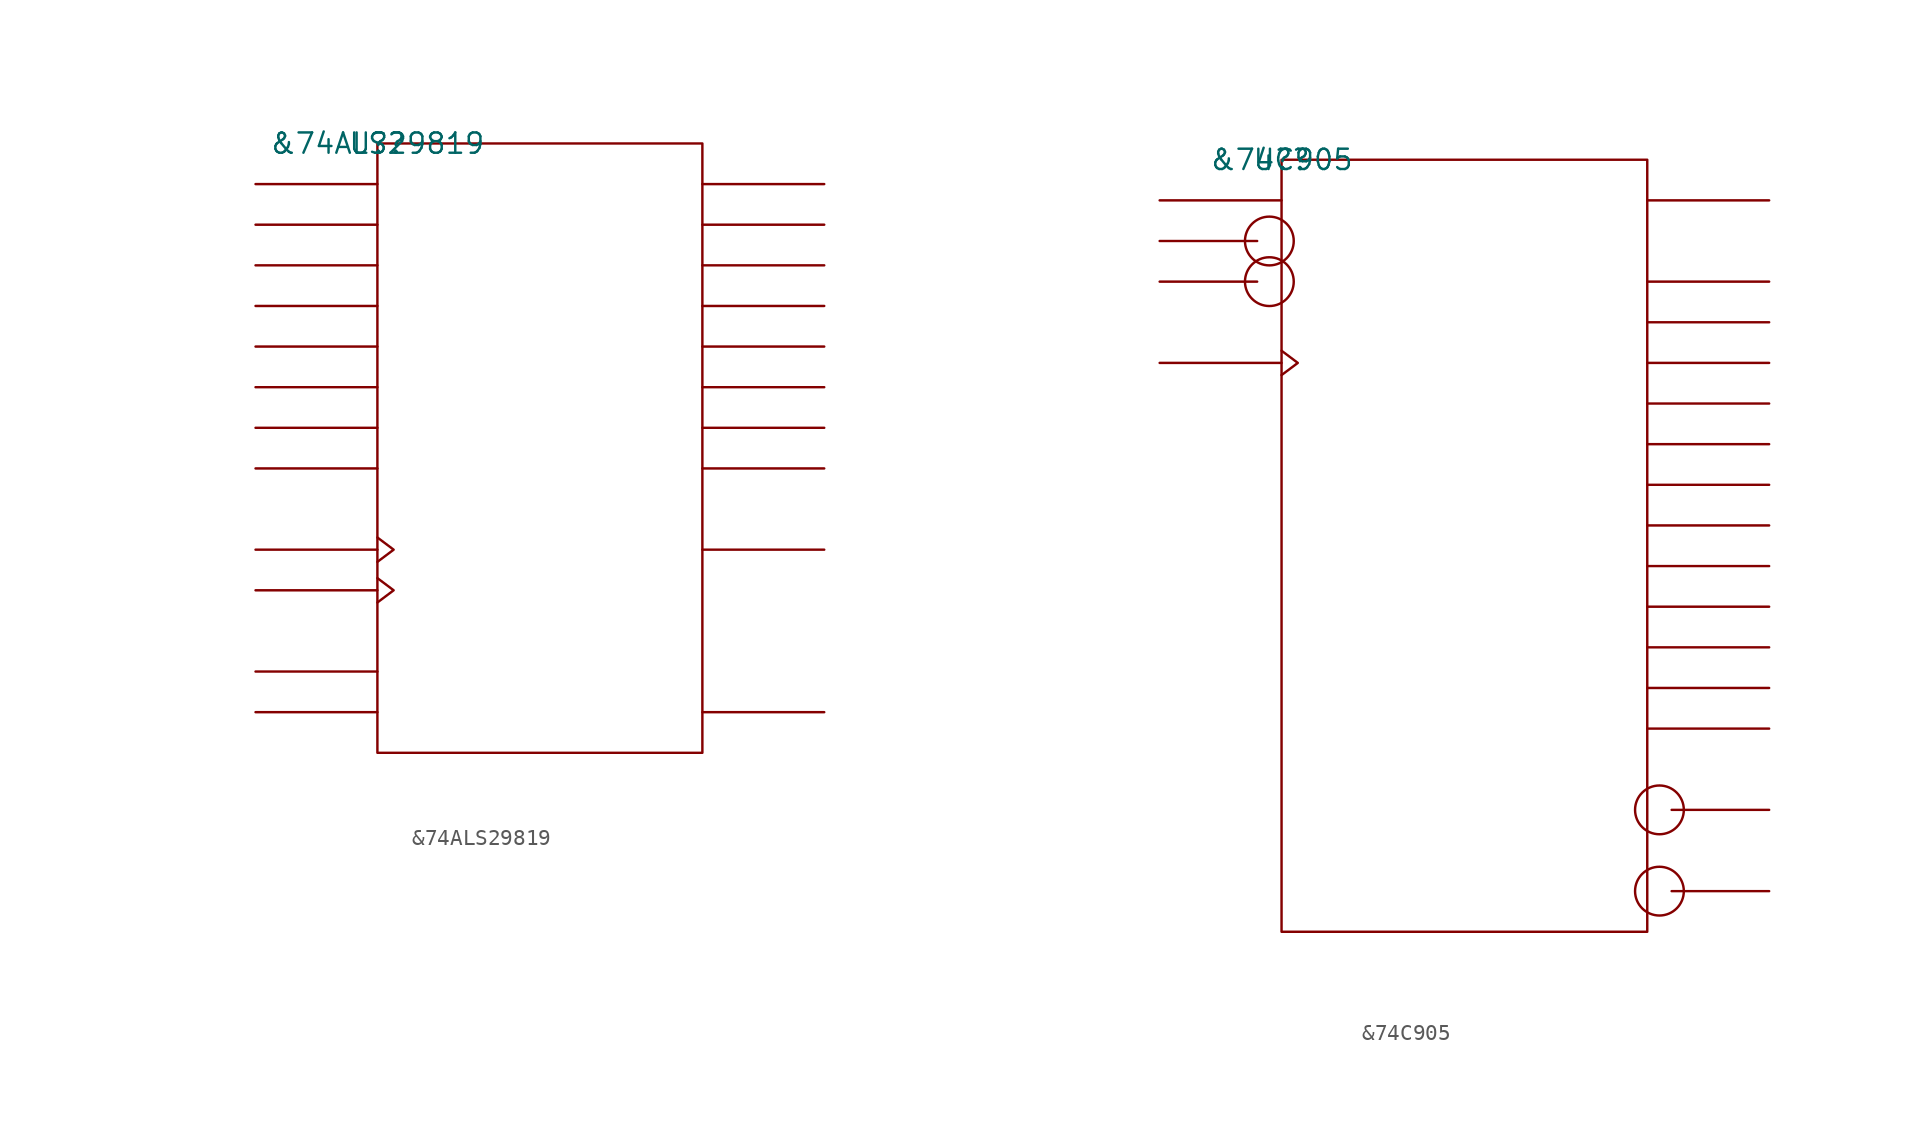
<source format=kicad_sym>
(kicad_symbol_lib
  (version 20211014)
  (generator kicad_symbol_editor)
  (symbol "&74ALS29819"
    (pin_names
      (offset 0.762))
    (property "Reference" "U?"
      (at 0 0 0)
      (effects (font (size 1.27 1.27))))
    (property "Value" "&74ALS29819"
      (at 0 0 0)
      (effects (font (size 1.27 1.27))))
    (symbol "&74ALS29819_0_1"
      (rectangle (start 0 -38.1) (end 20.32 0) (stroke (width 0) (type default) (color 0 0 0 0)) (fill (type none)))
      (polyline (pts (xy 0 -35.56) (xy -7.62 -35.56)) (stroke (width 0) (type default) (color 0 0 0 0)) (fill (type none)))
      (polyline (pts (xy 0 -33.02) (xy -7.62 -33.02)) (stroke (width 0) (type default) (color 0 0 0 0)) (fill (type none)))
      (polyline (pts (xy 0 -27.94) (xy -7.62 -27.94)) (stroke (width 0) (type default) (color 0 0 0 0)) (fill (type none)))
      (polyline (pts (xy 0 -25.4) (xy -7.62 -25.4)) (stroke (width 0) (type default) (color 0 0 0 0)) (fill (type none)))
      (polyline (pts (xy 0 -20.32) (xy -7.62 -20.32)) (stroke (width 0) (type default) (color 0 0 0 0)) (fill (type none)))
      (polyline (pts (xy 0 -17.78) (xy -7.62 -17.78)) (stroke (width 0) (type default) (color 0 0 0 0)) (fill (type none)))
      (polyline (pts (xy 0 -15.24) (xy -7.62 -15.24)) (stroke (width 0) (type default) (color 0 0 0 0)) (fill (type none)))
      (polyline (pts (xy 0 -12.7) (xy -7.62 -12.7)) (stroke (width 0) (type default) (color 0 0 0 0)) (fill (type none)))
      (polyline (pts (xy 0 -10.16) (xy -7.62 -10.16)) (stroke (width 0) (type default) (color 0 0 0 0)) (fill (type none)))
      (polyline (pts (xy 0 -7.62) (xy -7.62 -7.62)) (stroke (width 0) (type default) (color 0 0 0 0)) (fill (type none)))
      (polyline (pts (xy 0 -5.08) (xy -7.62 -5.08)) (stroke (width 0) (type default) (color 0 0 0 0)) (fill (type none)))
      (polyline (pts (xy 0 -2.54) (xy -7.62 -2.54)) (stroke (width 0) (type default) (color 0 0 0 0)) (fill (type none)))
      (polyline (pts (xy 20.32 -35.56) (xy 27.94 -35.56)) (stroke (width 0) (type default) (color 0 0 0 0)) (fill (type none)))
      (polyline (pts (xy 20.32 -25.4) (xy 27.94 -25.4)) (stroke (width 0) (type default) (color 0 0 0 0)) (fill (type none)))
      (polyline (pts (xy 20.32 -20.32) (xy 27.94 -20.32)) (stroke (width 0) (type default) (color 0 0 0 0)) (fill (type none)))
      (polyline (pts (xy 20.32 -17.78) (xy 27.94 -17.78)) (stroke (width 0) (type default) (color 0 0 0 0)) (fill (type none)))
      (polyline (pts (xy 20.32 -15.24) (xy 27.94 -15.24)) (stroke (width 0) (type default) (color 0 0 0 0)) (fill (type none)))
      (polyline (pts (xy 20.32 -12.7) (xy 27.94 -12.7)) (stroke (width 0) (type default) (color 0 0 0 0)) (fill (type none)))
      (polyline (pts (xy 20.32 -10.16) (xy 27.94 -10.16)) (stroke (width 0) (type default) (color 0 0 0 0)) (fill (type none)))
      (polyline (pts (xy 20.32 -7.62) (xy 27.94 -7.62)) (stroke (width 0) (type default) (color 0 0 0 0)) (fill (type none)))
      (polyline (pts (xy 20.32 -5.08) (xy 27.94 -5.08)) (stroke (width 0) (type default) (color 0 0 0 0)) (fill (type none)))
      (polyline (pts (xy 20.32 -2.54) (xy 27.94 -2.54)) (stroke (width 0) (type default) (color 0 0 0 0)) (fill (type none)))
      (polyline (pts (xy 0 -27.178) (xy 1.016 -27.94) (xy 0 -28.702)) (stroke (width 0) (type default) (color 0 0 0 0)) (fill (type none)))
      (polyline (pts (xy 0 -24.638) (xy 1.016 -25.4) (xy 0 -26.162)) (stroke (width 0) (type default) (color 0 0 0 0)) (fill (type none))))
    (symbol "&74ALS29819_1_1"
      (pin unspecified line (at 27.94 -25.4 180) (length 7.62) hide (name "PE" (effects (font (size 1.245 1.245)))) (number "1" (effects (font (size 1.245 1.245)))))
      (pin unspecified line (at -7.62 -20.32 0) (length 7.62) hide (name "DQ7" (effects (font (size 1.245 1.245)))) (number "10" (effects (font (size 1.245 1.245)))))
      (pin unspecified line (at -7.62 -35.56 0) (length 7.62) hide (name "SDI" (effects (font (size 1.245 1.245)))) (number "11" (effects (font (size 1.245 1.245)))))
      (pin power_in line (at 10.16 -38.1 180) (length 7.62) hide (name "GND" (effects (font (size 1.245 1.245)))) (number "12" (effects (font (size 1.245 1.245)))))
      (pin unspecified line (at -7.62 -25.4 180) (length 7.62) hide (name "ORCLK" (effects (font (size 1.245 1.245)))) (number "13" (effects (font (size 1.245 1.245)))))
      (pin unspecified line (at 27.94 -35.56 180) (length 7.62) hide (name "SDO" (effects (font (size 1.245 1.245)))) (number "14" (effects (font (size 1.245 1.245)))))
      (pin unspecified line (at 27.94 -20.32 180) (length 7.62) hide (name "Y7" (effects (font (size 1.245 1.245)))) (number "15" (effects (font (size 1.245 1.245)))))
      (pin unspecified line (at 27.94 -17.78 180) (length 7.62) hide (name "Y6" (effects (font (size 1.245 1.245)))) (number "16" (effects (font (size 1.245 1.245)))))
      (pin unspecified line (at 27.94 -15.24 180) (length 7.62) hide (name "Y5" (effects (font (size 1.245 1.245)))) (number "17" (effects (font (size 1.245 1.245)))))
      (pin unspecified line (at 27.94 -12.7 180) (length 7.62) hide (name "Y4" (effects (font (size 1.245 1.245)))) (number "18" (effects (font (size 1.245 1.245)))))
      (pin unspecified line (at 27.94 -10.16 180) (length 7.62) hide (name "Y3" (effects (font (size 1.245 1.245)))) (number "19" (effects (font (size 1.245 1.245)))))
      (pin unspecified line (at -7.62 -27.94 180) (length 7.62) hide (name "SRCLK" (effects (font (size 1.245 1.245)))) (number "2" (effects (font (size 1.245 1.245)))))
      (pin unspecified line (at 27.94 -7.62 180) (length 7.62) hide (name "Y2" (effects (font (size 1.245 1.245)))) (number "20" (effects (font (size 1.245 1.245)))))
      (pin unspecified line (at 27.94 -5.08 180) (length 7.62) hide (name "Y1" (effects (font (size 1.245 1.245)))) (number "21" (effects (font (size 1.245 1.245)))))
      (pin unspecified line (at 27.94 -2.54 180) (length 7.62) hide (name "Y0" (effects (font (size 1.245 1.245)))) (number "22" (effects (font (size 1.245 1.245)))))
      (pin unspecified line (at -7.62 -33.02 0) (length 7.62) hide (name "MODE" (effects (font (size 1.245 1.245)))) (number "23" (effects (font (size 1.245 1.245)))))
      (pin power_in line (at 7.62 0 180) (length 7.62) hide (name "VCC" (effects (font (size 1.245 1.245)))) (number "24" (effects (font (size 1.245 1.245)))))
      (pin unspecified line (at -7.62 -2.54 0) (length 7.62) hide (name "DQ0" (effects (font (size 1.245 1.245)))) (number "3" (effects (font (size 1.245 1.245)))))
      (pin unspecified line (at -7.62 -5.08 0) (length 7.62) hide (name "DQ1" (effects (font (size 1.245 1.245)))) (number "4" (effects (font (size 1.245 1.245)))))
      (pin unspecified line (at -7.62 -7.62 0) (length 7.62) hide (name "DQ2" (effects (font (size 1.245 1.245)))) (number "5" (effects (font (size 1.245 1.245)))))
      (pin unspecified line (at -7.62 -10.16 0) (length 7.62) hide (name "DQ3" (effects (font (size 1.245 1.245)))) (number "6" (effects (font (size 1.245 1.245)))))
      (pin unspecified line (at -7.62 -12.7 0) (length 7.62) hide (name "DQ4" (effects (font (size 1.245 1.245)))) (number "7" (effects (font (size 1.245 1.245)))))
      (pin unspecified line (at -7.62 -15.24 0) (length 7.62) hide (name "DQ5" (effects (font (size 1.245 1.245)))) (number "8" (effects (font (size 1.245 1.245)))))
      (pin unspecified line (at -7.62 -17.78 0) (length 7.62) hide (name "DQ6" (effects (font (size 1.245 1.245)))) (number "9" (effects (font (size 1.245 1.245)))))))
  (symbol "&74C905"
    (pin_names
      (offset 0.762))
    (property "Reference" "U?"
      (at 0 0 0)
      (effects (font (size 1.27 1.27))))
    (property "Value" "&74C905"
      (at 0 0 0)
      (effects (font (size 1.27 1.27))))
    (symbol "&74C905_0_1"
      (circle (center -0.762 -7.62) (radius 1.524) (stroke (width 0) (type default) (color 0 0 0 0)) (fill (type none)))
      (circle (center -0.762 -5.08) (radius 1.524) (stroke (width 0) (type default) (color 0 0 0 0)) (fill (type none)))
      (rectangle (start 0 -48.26) (end 22.86 0) (stroke (width 0) (type default) (color 0 0 0 0)) (fill (type none)))
      (polyline (pts (xy -1.524 -7.62) (xy -7.62 -7.62)) (stroke (width 0) (type default) (color 0 0 0 0)) (fill (type none)))
      (polyline (pts (xy -1.524 -5.08) (xy -7.62 -5.08)) (stroke (width 0) (type default) (color 0 0 0 0)) (fill (type none)))
      (polyline (pts (xy 0 -12.7) (xy -7.62 -12.7)) (stroke (width 0) (type default) (color 0 0 0 0)) (fill (type none)))
      (polyline (pts (xy 0 -2.54) (xy -7.62 -2.54)) (stroke (width 0) (type default) (color 0 0 0 0)) (fill (type none)))
      (polyline (pts (xy 22.86 -35.56) (xy 30.48 -35.56)) (stroke (width 0) (type default) (color 0 0 0 0)) (fill (type none)))
      (polyline (pts (xy 22.86 -33.02) (xy 30.48 -33.02)) (stroke (width 0) (type default) (color 0 0 0 0)) (fill (type none)))
      (polyline (pts (xy 22.86 -30.48) (xy 30.48 -30.48)) (stroke (width 0) (type default) (color 0 0 0 0)) (fill (type none)))
      (polyline (pts (xy 22.86 -27.94) (xy 30.48 -27.94)) (stroke (width 0) (type default) (color 0 0 0 0)) (fill (type none)))
      (polyline (pts (xy 22.86 -25.4) (xy 30.48 -25.4)) (stroke (width 0) (type default) (color 0 0 0 0)) (fill (type none)))
      (polyline (pts (xy 22.86 -22.86) (xy 30.48 -22.86)) (stroke (width 0) (type default) (color 0 0 0 0)) (fill (type none)))
      (polyline (pts (xy 22.86 -20.32) (xy 30.48 -20.32)) (stroke (width 0) (type default) (color 0 0 0 0)) (fill (type none)))
      (polyline (pts (xy 22.86 -17.78) (xy 30.48 -17.78)) (stroke (width 0) (type default) (color 0 0 0 0)) (fill (type none)))
      (polyline (pts (xy 22.86 -15.24) (xy 30.48 -15.24)) (stroke (width 0) (type default) (color 0 0 0 0)) (fill (type none)))
      (polyline (pts (xy 22.86 -12.7) (xy 30.48 -12.7)) (stroke (width 0) (type default) (color 0 0 0 0)) (fill (type none)))
      (polyline (pts (xy 22.86 -10.16) (xy 30.48 -10.16)) (stroke (width 0) (type default) (color 0 0 0 0)) (fill (type none)))
      (polyline (pts (xy 22.86 -7.62) (xy 30.48 -7.62)) (stroke (width 0) (type default) (color 0 0 0 0)) (fill (type none)))
      (polyline (pts (xy 22.86 -2.54) (xy 30.48 -2.54)) (stroke (width 0) (type default) (color 0 0 0 0)) (fill (type none)))
      (polyline (pts (xy 24.384 -45.72) (xy 30.48 -45.72)) (stroke (width 0) (type default) (color 0 0 0 0)) (fill (type none)))
      (polyline (pts (xy 24.384 -40.64) (xy 30.48 -40.64)) (stroke (width 0) (type default) (color 0 0 0 0)) (fill (type none)))
      (polyline (pts (xy 0 -11.938) (xy 1.016 -12.7) (xy 0 -13.462)) (stroke (width 0) (type default) (color 0 0 0 0)) (fill (type none)))
      (circle (center 23.622 -45.72) (radius 1.524) (stroke (width 0) (type default) (color 0 0 0 0)) (fill (type none)))
      (circle (center 23.622 -40.64) (radius 1.524) (stroke (width 0) (type default) (color 0 0 0 0)) (fill (type none))))
    (symbol "&74C905_1_1"
      (pin unspecified line (at -7.62 -7.62 180) (length 7.62) hide (name "E" (effects (font (size 1.245 1.245)))) (number "1" (effects (font (size 1.245 1.245)))))
      (pin unspecified line (at -7.62 -2.54 0) (length 7.62) hide (name "D" (effects (font (size 1.245 1.245)))) (number "11" (effects (font (size 1.245 1.245)))))
      (pin power_in line (at 2.54 -48.26 180) (length 7.62) hide (name "GND" (effects (font (size 1.245 1.245)))) (number "12" (effects (font (size 1.245 1.245)))))
      (pin unspecified line (at -7.62 -12.7 180) (length 7.62) hide (name "CLK" (effects (font (size 1.245 1.245)))) (number "13" (effects (font (size 1.245 1.245)))))
      (pin unspecified line (at -7.62 -5.08 180) (length 7.62) hide (name "S" (effects (font (size 1.245 1.245)))) (number "14" (effects (font (size 1.245 1.245)))))
      (pin unspecified line (at 30.48 -22.86 180) (length 7.62) hide (name "Q6" (effects (font (size 1.245 1.245)))) (number "16" (effects (font (size 1.245 1.245)))))
      (pin unspecified line (at 30.48 -25.4 180) (length 7.62) hide (name "Q7" (effects (font (size 1.245 1.245)))) (number "17" (effects (font (size 1.245 1.245)))))
      (pin unspecified line (at 30.48 -27.94 180) (length 7.62) hide (name "Q8" (effects (font (size 1.245 1.245)))) (number "18" (effects (font (size 1.245 1.245)))))
      (pin unspecified line (at 30.48 -30.48 180) (length 7.62) hide (name "Q9" (effects (font (size 1.245 1.245)))) (number "19" (effects (font (size 1.245 1.245)))))
      (pin unspecified line (at 30.48 -2.54 180) (length 7.62) hide (name "D0" (effects (font (size 1.245 1.245)))) (number "2" (effects (font (size 1.245 1.245)))))
      (pin unspecified line (at 30.48 -33.02 180) (length 7.62) hide (name "Q10" (effects (font (size 1.245 1.245)))) (number "20" (effects (font (size 1.245 1.245)))))
      (pin unspecified line (at 30.48 -35.56 180) (length 7.62) hide (name "Q11" (effects (font (size 1.245 1.245)))) (number "21" (effects (font (size 1.245 1.245)))))
      (pin unspecified line (at 30.48 -40.64 180) (length 7.62) hide (name "Q11N" (effects (font (size 1.245 1.245)))) (number "23" (effects (font (size 1.245 1.245)))))
      (pin power_in line (at 5.08 0 180) (length 7.62) hide (name "VCC" (effects (font (size 1.245 1.245)))) (number "24" (effects (font (size 1.245 1.245)))))
      (pin unspecified line (at 30.48 -45.72 180) (length 7.62) hide (name "CC" (effects (font (size 1.245 1.245)))) (number "3" (effects (font (size 1.245 1.245)))))
      (pin unspecified line (at 30.48 -7.62 180) (length 7.62) hide (name "Q0" (effects (font (size 1.245 1.245)))) (number "4" (effects (font (size 1.245 1.245)))))
      (pin unspecified line (at 30.48 -10.16 180) (length 7.62) hide (name "Q1" (effects (font (size 1.245 1.245)))) (number "5" (effects (font (size 1.245 1.245)))))
      (pin unspecified line (at 30.48 -12.7 180) (length 7.62) hide (name "Q2" (effects (font (size 1.245 1.245)))) (number "6" (effects (font (size 1.245 1.245)))))
      (pin unspecified line (at 30.48 -15.24 180) (length 7.62) hide (name "Q3" (effects (font (size 1.245 1.245)))) (number "7" (effects (font (size 1.245 1.245)))))
      (pin unspecified line (at 30.48 -17.78 180) (length 7.62) hide (name "Q4" (effects (font (size 1.245 1.245)))) (number "8" (effects (font (size 1.245 1.245)))))
      (pin unspecified line (at 30.48 -20.32 180) (length 7.62) hide (name "Q5" (effects (font (size 1.245 1.245)))) (number "9" (effects (font (size 1.245 1.245))))))))
</source>
